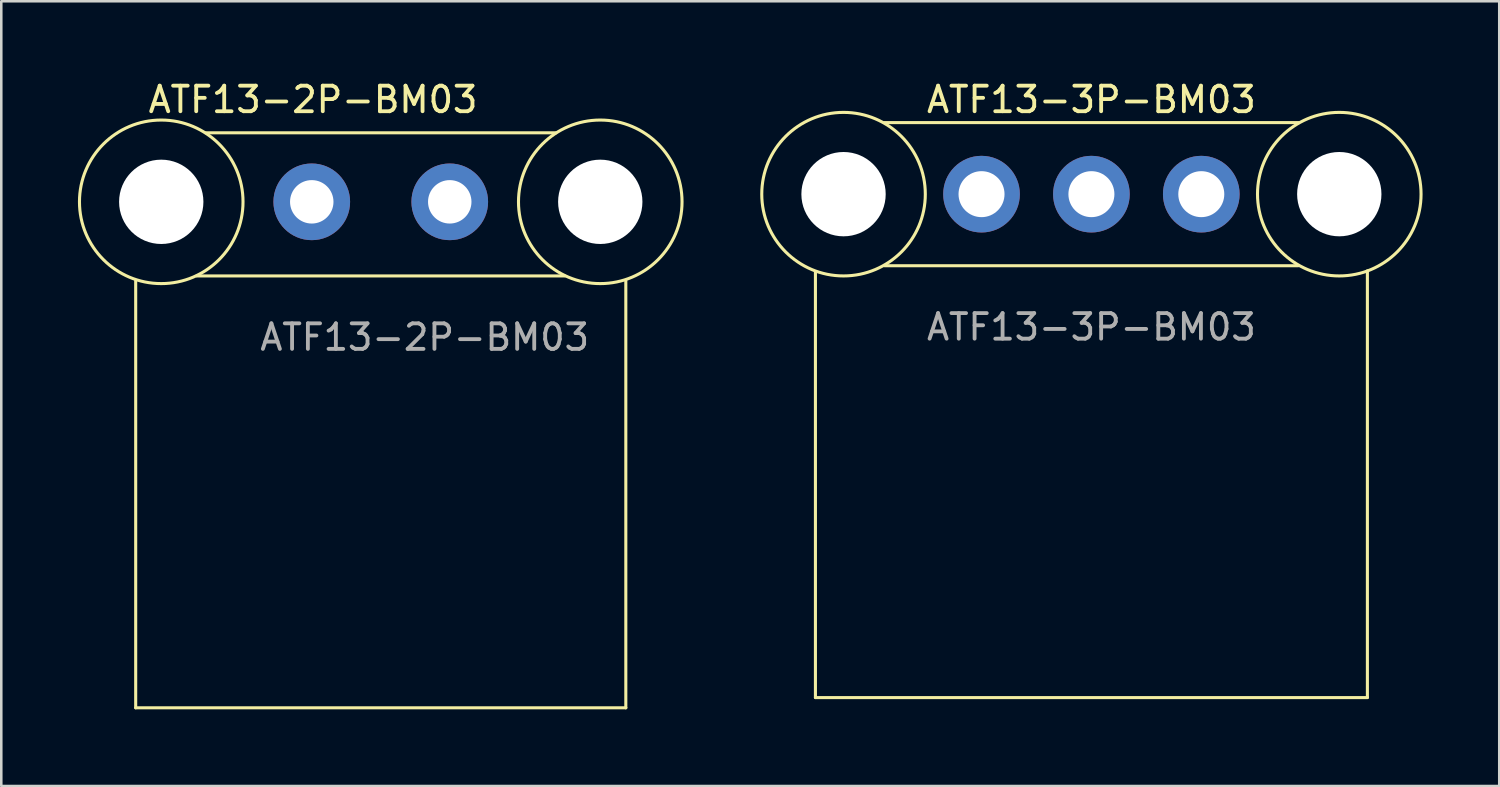
<source format=kicad_pcb>
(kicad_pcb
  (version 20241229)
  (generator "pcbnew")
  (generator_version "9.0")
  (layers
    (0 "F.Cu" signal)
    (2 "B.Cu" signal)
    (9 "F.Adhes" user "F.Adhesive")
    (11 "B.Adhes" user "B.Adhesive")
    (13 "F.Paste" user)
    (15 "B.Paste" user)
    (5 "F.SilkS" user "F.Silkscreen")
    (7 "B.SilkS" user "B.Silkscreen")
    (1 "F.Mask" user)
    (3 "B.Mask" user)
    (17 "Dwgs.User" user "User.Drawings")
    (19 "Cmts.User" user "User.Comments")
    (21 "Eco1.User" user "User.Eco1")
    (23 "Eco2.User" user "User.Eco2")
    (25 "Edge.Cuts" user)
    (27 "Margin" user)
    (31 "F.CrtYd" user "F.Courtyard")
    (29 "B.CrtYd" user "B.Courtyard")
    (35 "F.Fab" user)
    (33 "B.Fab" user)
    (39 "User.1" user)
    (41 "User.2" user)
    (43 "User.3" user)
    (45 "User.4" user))
  (footprint "ATF13-3P-BM03"
    (layer "F.Cu")
    (at 35.36 4.548)
    (property "Reference" "ATF13-3P-BM03" (at 4.3 -3.7 0) (unlocked yes) (layer "F.SilkS") (effects (font (size 1 1) (thickness 0.15))))
    (attr through_hole)
    (fp_line (start -6.5 19.7) (end -6.5 3.05) (stroke (width 0.12) (type default)) (layer "F.SilkS"))
    (fp_line (start -3.8 -2.8) (end 12.4 -2.8) (stroke (width 0.12) (type default)) (layer "F.SilkS"))
    (fp_line (start -3.8 2.8) (end 12.4 2.8) (stroke (width 0.12) (type default)) (layer "F.SilkS"))
    (fp_line (start 15.1 3) (end 15.1 19.7) (stroke (width 0.12) (type default)) (layer "F.SilkS"))
    (fp_line (start 15.1 19.7) (end -6.5 19.7) (stroke (width 0.12) (type default)) (layer "F.SilkS"))
    (fp_circle (center -5.4 0) (end -2.2 0) (stroke (width 0.12) (type default)) (fill no) (layer "F.SilkS"))
    (fp_circle (center 14 0) (end 17.2 0) (stroke (width 0.12) (type default)) (fill no) (layer "F.SilkS"))
    (fp_text user "${REFERENCE}" (at 4.3 5.2 0) (unlocked yes) (layer "F.Fab") (effects (font (size 1 1) (thickness 0.15))))
    (pad "" np_thru_hole circle (at -5.4 0) (size 3.3 3.3) (drill 3.3) (layers "*.Cu" "*.Mask"))
    (pad "" np_thru_hole circle (at 14 0) (size 3.3 3.3) (drill 3.3) (layers "*.Cu" "*.Mask"))
    (pad "1" thru_hole circle (at 0 0) (size 3 3) (drill 1.8) (layers "*.Cu" "*.Mask"))
    (pad "2" thru_hole circle (at 4.3 0) (size 3 3) (drill 1.8) (layers "*.Cu" "*.Mask"))
    (pad "3" thru_hole circle (at 8.6 0) (size 3 3) (drill 1.8) (layers "*.Cu" "*.Mask")))
  (footprint "ATF13-2P-BM03"
    (layer "F.Cu")
    (at 9.15 4.848)
    (property "Reference" "ATF13-2P-BM03" (at 0.05 -4 0) (unlocked yes) (layer "F.SilkS") (effects (font (size 1 1) (thickness 0.15))))
    (attr through_hole)
    (fp_line (start -6.89 19.8) (end -6.89 3.09) (stroke (width 0.12) (type default)) (layer "F.SilkS"))
    (fp_line (start -4.503 2.9) (end 9.902 2.9) (stroke (width 0.12) (type default)) (layer "F.SilkS"))
    (fp_line (start -4.15 -2.7) (end 9.55 -2.7) (stroke (width 0.12) (type default)) (layer "F.SilkS"))
    (fp_line (start 12.29 3.09) (end 12.29 19.8) (stroke (width 0.12) (type default)) (layer "F.SilkS"))
    (fp_line (start 12.29 19.8) (end -6.89 19.8) (stroke (width 0.12) (type default)) (layer "F.SilkS"))
    (fp_circle (center -5.89 0) (end -2.69 0) (stroke (width 0.12) (type default)) (fill no) (layer "F.SilkS"))
    (fp_circle (center 11.29 0) (end 14.49 0) (stroke (width 0.12) (type default)) (fill no) (layer "F.SilkS"))
    (fp_text user "${REFERENCE}" (at 4.42 5.3 0) (unlocked yes) (layer "F.Fab") (effects (font (size 1 1) (thickness 0.15))))
    (pad "" np_thru_hole circle (at -5.89 0) (size 3.3 3.3) (drill 3.3) (layers "*.Cu" "*.Mask"))
    (pad "" np_thru_hole circle (at 11.29 0) (size 3.3 3.3) (drill 3.3) (layers "*.Cu" "*.Mask"))
    (pad "1" thru_hole circle (at 0 0) (size 3 3) (drill 1.7) (layers "*.Cu" "*.Mask"))
    (pad "2" thru_hole circle (at 5.4 0) (size 3 3) (drill 1.7) (layers "*.Cu" "*.Mask")))
  (gr_rect
    (start -3 -3)
    (end 55.62 27.708)
    (stroke (width 0.1) (type default))
    (fill no)
    (layer "Edge.Cuts")))
</source>
